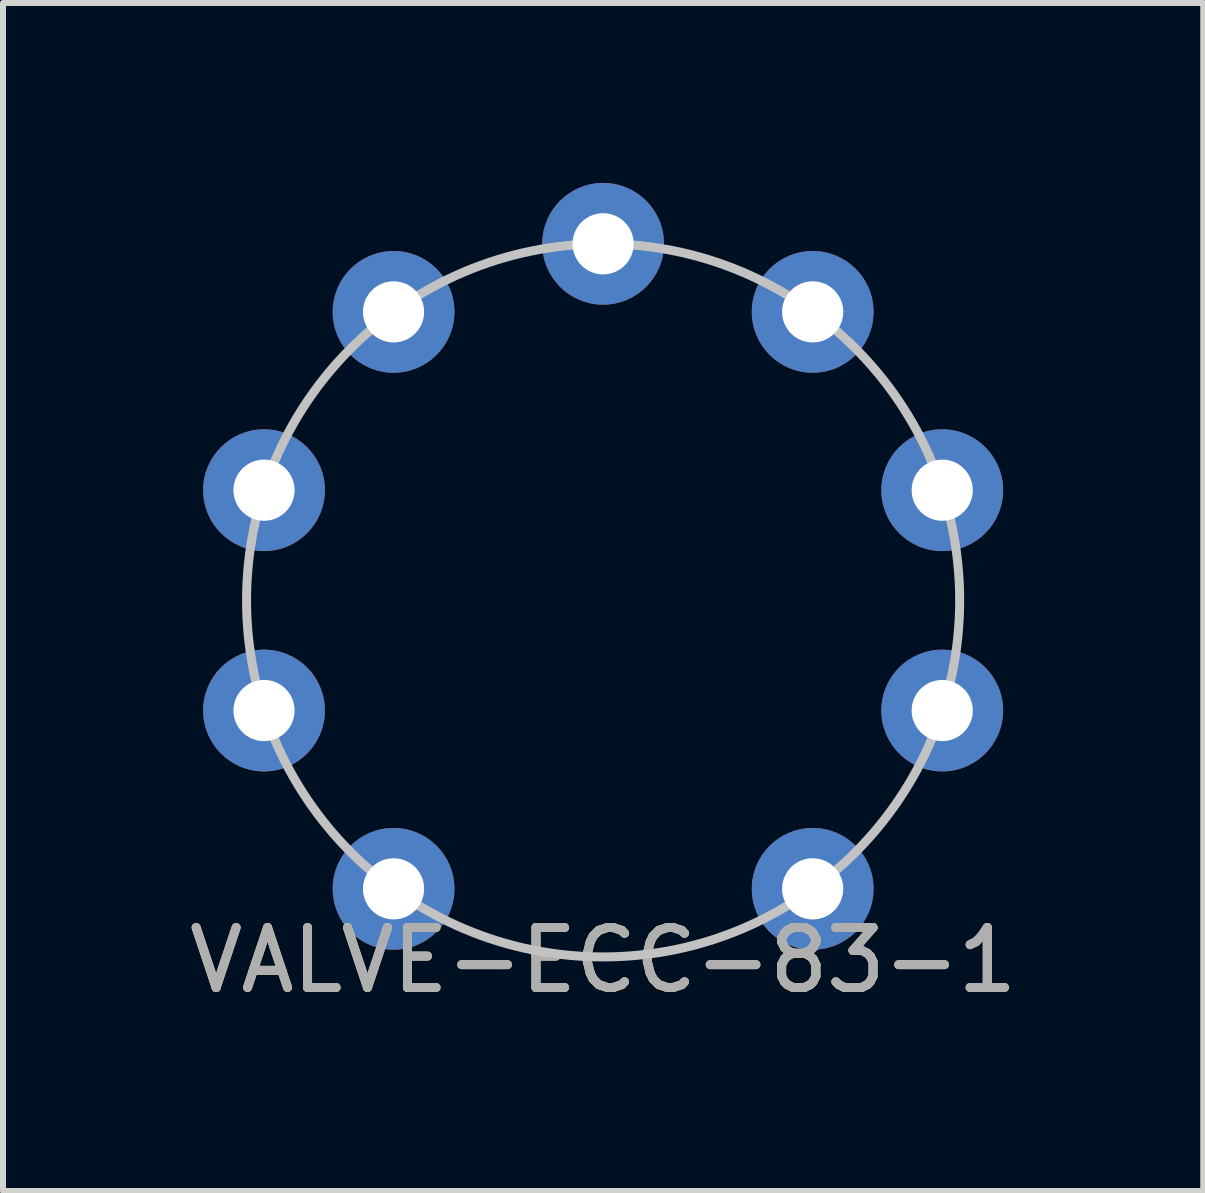
<source format=kicad_pcb>
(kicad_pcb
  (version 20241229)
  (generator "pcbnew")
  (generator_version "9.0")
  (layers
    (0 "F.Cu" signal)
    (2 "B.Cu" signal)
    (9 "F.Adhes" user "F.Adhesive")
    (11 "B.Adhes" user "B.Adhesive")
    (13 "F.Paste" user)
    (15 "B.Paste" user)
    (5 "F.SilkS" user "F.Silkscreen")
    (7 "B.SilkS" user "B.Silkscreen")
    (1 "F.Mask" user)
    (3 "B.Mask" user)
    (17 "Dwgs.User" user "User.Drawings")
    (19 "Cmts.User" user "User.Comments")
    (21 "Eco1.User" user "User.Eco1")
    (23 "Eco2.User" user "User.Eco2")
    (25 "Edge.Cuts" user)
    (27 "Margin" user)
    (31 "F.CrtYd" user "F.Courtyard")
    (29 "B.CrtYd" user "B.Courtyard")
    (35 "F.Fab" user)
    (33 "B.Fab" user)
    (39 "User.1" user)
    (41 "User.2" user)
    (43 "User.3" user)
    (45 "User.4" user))
  (footprint "VALVE-ECC-83-1"
    (layer "F.Cu")
    (at 7.006 6.96)
    (property "Reference" "VALVE-ECC-83-1" (at 0 6 0) (layer "F.SilkS") (effects (font (size 1 1) (thickness 0.15))))
    (attr through_hole)
    (fp_circle (center 0 0) (end 5.945 0) (stroke (width 0.15) (type solid)) (fill no) (layer "Dwgs.User"))
    (fp_text user "${REFERENCE}" (at 0 6 0) (layer "F.Fab") (effects (font (size 1 1) (thickness 0.15))))
    (pad "1" thru_hole circle (at 3.494 4.81) (size 2.03 2.03) (drill 1.02) (layers "*.Cu" "*.Mask"))
    (pad "2" thru_hole circle (at 5.654 1.837) (size 2.03 2.03) (drill 1.02) (layers "*.Cu" "*.Mask"))
    (pad "3" thru_hole circle (at 5.654 -1.837) (size 2.03 2.03) (drill 1.02) (layers "*.Cu" "*.Mask"))
    (pad "4" thru_hole circle (at 3.494 -4.81) (size 2.03 2.03) (drill 1.02) (layers "*.Cu" "*.Mask"))
    (pad "5" thru_hole circle (at 0 -5.945) (size 2.03 2.03) (drill 1.02) (layers "*.Cu" "*.Mask"))
    (pad "6" thru_hole circle (at -3.494 -4.81) (size 2.03 2.03) (drill 1.02) (layers "*.Cu" "*.Mask"))
    (pad "7" thru_hole circle (at -5.654 -1.837) (size 2.03 2.03) (drill 1.02) (layers "*.Cu" "*.Mask"))
    (pad "8" thru_hole circle (at -5.654 1.837) (size 2.03 2.03) (drill 1.02) (layers "*.Cu" "*.Mask"))
    (pad "9" thru_hole circle (at -3.494 4.81) (size 2.03 2.03) (drill 1.02) (layers "*.Cu" "*.Mask")))
  (gr_rect
    (start -3 -3)
    (end 17.012 16.808)
    (stroke (width 0.1) (type default))
    (fill no)
    (layer "Edge.Cuts")))
</source>
